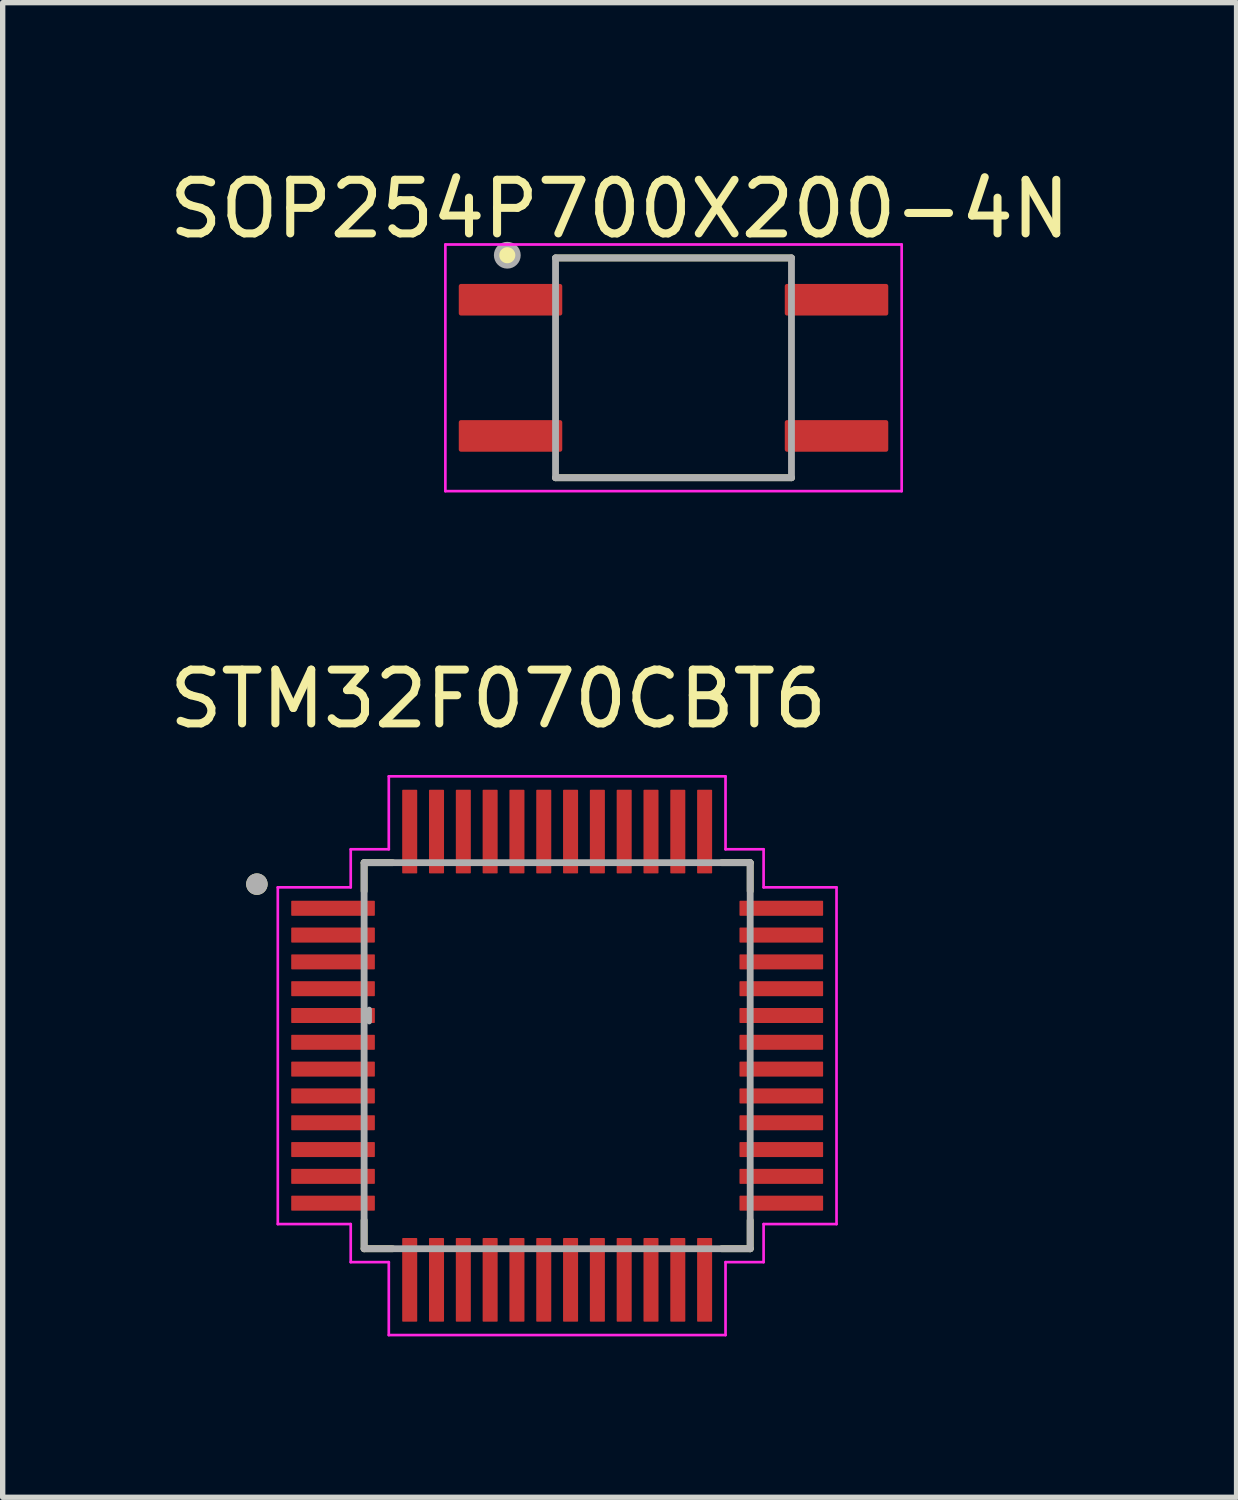
<source format=kicad_pcb>
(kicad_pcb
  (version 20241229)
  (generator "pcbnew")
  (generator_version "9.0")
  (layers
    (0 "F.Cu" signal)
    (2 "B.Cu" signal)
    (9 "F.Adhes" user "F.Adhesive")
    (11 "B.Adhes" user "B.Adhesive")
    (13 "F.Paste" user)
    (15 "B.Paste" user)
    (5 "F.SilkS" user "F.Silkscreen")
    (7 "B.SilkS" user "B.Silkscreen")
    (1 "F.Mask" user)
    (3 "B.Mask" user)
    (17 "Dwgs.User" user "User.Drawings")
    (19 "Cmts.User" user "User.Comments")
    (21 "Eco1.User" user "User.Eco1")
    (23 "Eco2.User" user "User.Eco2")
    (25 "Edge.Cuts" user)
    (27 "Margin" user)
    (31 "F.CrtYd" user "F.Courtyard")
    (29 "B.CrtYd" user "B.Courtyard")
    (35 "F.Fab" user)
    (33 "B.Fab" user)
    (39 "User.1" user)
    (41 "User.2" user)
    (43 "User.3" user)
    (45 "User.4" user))
  (footprint "SOP254P700X200-4N"
    (layer "F.Cu")
    (at 9.511 3.81)
    (property "Reference" "SOP254P700X200-4N" (at -1.005 -2.962 0) (layer "F.SilkS") (effects (font (size 1 1) (thickness 0.15))))
    (attr smd)
    (fp_line (start -2.2 -2.05) (end 2.2 -2.05) (stroke (width 0.127) (type solid)) (layer "F.SilkS"))
    (fp_line (start -2.2 2.05) (end 2.2 2.05) (stroke (width 0.127) (type solid)) (layer "F.SilkS"))
    (fp_circle (center -3.1 -2.1) (end -2.9 -2.1) (stroke (width 0) (type solid)) (fill yes) (layer "F.SilkS"))
    (fp_line (start -4.255 -2.3) (end -4.255 2.3) (stroke (width 0.05) (type solid)) (layer "F.CrtYd"))
    (fp_line (start -4.255 -2.3) (end 4.255 -2.3) (stroke (width 0.05) (type solid)) (layer "F.CrtYd"))
    (fp_line (start -4.255 2.3) (end 4.255 2.3) (stroke (width 0.05) (type solid)) (layer "F.CrtYd"))
    (fp_line (start 4.255 -2.3) (end 4.255 2.3) (stroke (width 0.05) (type solid)) (layer "F.CrtYd"))
    (fp_line (start -2.2 -2.05) (end -2.2 2.05) (stroke (width 0.127) (type solid)) (layer "F.Fab"))
    (fp_line (start -2.2 -2.05) (end 2.2 -2.05) (stroke (width 0.127) (type solid)) (layer "F.Fab"))
    (fp_line (start -2.2 2.05) (end 2.2 2.05) (stroke (width 0.127) (type solid)) (layer "F.Fab"))
    (fp_line (start 2.2 -2.05) (end 2.2 2.05) (stroke (width 0.127) (type solid)) (layer "F.Fab"))
    (fp_circle (center -3.1 -2.1) (end -2.9 -2.1) (stroke (width 0.1) (type solid)) (fill no) (layer "F.Fab"))
    (pad "1" smd roundrect (at -3.04 -1.27) (size 1.93 0.59) (layers "F.Cu" "F.Mask" "F.Paste") (roundrect_rratio 0.07))
    (pad "2" smd roundrect (at -3.04 1.27) (size 1.93 0.59) (layers "F.Cu" "F.Mask" "F.Paste") (roundrect_rratio 0.07))
    (pad "3" smd roundrect (at 3.04 1.27) (size 1.93 0.59) (layers "F.Cu" "F.Mask" "F.Paste") (roundrect_rratio 0.07))
    (pad "4" smd roundrect (at 3.04 -1.27) (size 1.93 0.59) (layers "F.Cu" "F.Mask" "F.Paste") (roundrect_rratio 0.07)))
  (footprint "STM32F070CBT6"
    (layer "F.Cu")
    (at 7.341 16.639)
    (property "Reference" "STM32F070CBT6" (at -1.1 -6.654 0) (layer "F.SilkS") (effects (font (size 1.003 1.003) (thickness 0.15))))
    (attr smd)
    (fp_line (start -3.6 -3.6) (end -3.6 -3.07) (stroke (width 0.127) (type solid)) (layer "F.SilkS"))
    (fp_line (start -3.6 3.07) (end -3.6 3.6) (stroke (width 0.127) (type solid)) (layer "F.SilkS"))
    (fp_line (start -3.6 3.6) (end -3.07 3.6) (stroke (width 0.127) (type solid)) (layer "F.SilkS"))
    (fp_line (start -3.07 -3.6) (end -3.6 -3.6) (stroke (width 0.127) (type solid)) (layer "F.SilkS"))
    (fp_line (start 3.07 3.6) (end 3.6 3.6) (stroke (width 0.127) (type solid)) (layer "F.SilkS"))
    (fp_line (start 3.6 -3.6) (end 3.07 -3.6) (stroke (width 0.127) (type solid)) (layer "F.SilkS"))
    (fp_line (start 3.6 -3.07) (end 3.6 -3.6) (stroke (width 0.127) (type solid)) (layer "F.SilkS"))
    (fp_line (start 3.6 3.6) (end 3.6 3.07) (stroke (width 0.127) (type solid)) (layer "F.SilkS"))
    (fp_circle (center -5.6 -3.2) (end -5.5 -3.2) (stroke (width 0.2) (type solid)) (fill no) (layer "F.SilkS"))
    (fp_line (start -5.21 -3.14) (end -5.21 3.14) (stroke (width 0.05) (type solid)) (layer "F.CrtYd"))
    (fp_line (start -5.21 3.14) (end -3.85 3.14) (stroke (width 0.05) (type solid)) (layer "F.CrtYd"))
    (fp_line (start -3.85 -3.85) (end -3.85 -3.14) (stroke (width 0.05) (type solid)) (layer "F.CrtYd"))
    (fp_line (start -3.85 -3.14) (end -5.21 -3.14) (stroke (width 0.05) (type solid)) (layer "F.CrtYd"))
    (fp_line (start -3.85 3.14) (end -3.85 3.85) (stroke (width 0.05) (type solid)) (layer "F.CrtYd"))
    (fp_line (start -3.85 3.85) (end -3.14 3.85) (stroke (width 0.05) (type solid)) (layer "F.CrtYd"))
    (fp_line (start -3.14 -5.21) (end -3.14 -3.85) (stroke (width 0.05) (type solid)) (layer "F.CrtYd"))
    (fp_line (start -3.14 -3.85) (end -3.85 -3.85) (stroke (width 0.05) (type solid)) (layer "F.CrtYd"))
    (fp_line (start -3.14 3.85) (end -3.14 5.21) (stroke (width 0.05) (type solid)) (layer "F.CrtYd"))
    (fp_line (start -3.14 5.21) (end 3.14 5.21) (stroke (width 0.05) (type solid)) (layer "F.CrtYd"))
    (fp_line (start 3.14 -5.21) (end -3.14 -5.21) (stroke (width 0.05) (type solid)) (layer "F.CrtYd"))
    (fp_line (start 3.14 -3.85) (end 3.14 -5.21) (stroke (width 0.05) (type solid)) (layer "F.CrtYd"))
    (fp_line (start 3.14 3.85) (end 3.85 3.85) (stroke (width 0.05) (type solid)) (layer "F.CrtYd"))
    (fp_line (start 3.14 5.21) (end 3.14 3.85) (stroke (width 0.05) (type solid)) (layer "F.CrtYd"))
    (fp_line (start 3.85 -3.85) (end 3.14 -3.85) (stroke (width 0.05) (type solid)) (layer "F.CrtYd"))
    (fp_line (start 3.85 -3.14) (end 3.85 -3.85) (stroke (width 0.05) (type solid)) (layer "F.CrtYd"))
    (fp_line (start 3.85 3.14) (end 5.21 3.14) (stroke (width 0.05) (type solid)) (layer "F.CrtYd"))
    (fp_line (start 3.85 3.85) (end 3.85 3.14) (stroke (width 0.05) (type solid)) (layer "F.CrtYd"))
    (fp_line (start 5.21 -3.14) (end 3.85 -3.14) (stroke (width 0.05) (type solid)) (layer "F.CrtYd"))
    (fp_line (start 5.21 3.14) (end 5.21 -3.14) (stroke (width 0.05) (type solid)) (layer "F.CrtYd"))
    (fp_line (start -3.6 -3.6) (end -3.6 3.6) (stroke (width 0.127) (type solid)) (layer "F.Fab"))
    (fp_line (start -3.6 3.6) (end 3.6 3.6) (stroke (width 0.127) (type solid)) (layer "F.Fab"))
    (fp_line (start -3.505 -0.635) (end -3.505 -0.864) (stroke (width 0.1) (type solid)) (layer "F.Fab"))
    (fp_line (start 3.6 -3.6) (end -3.6 -3.6) (stroke (width 0.127) (type solid)) (layer "F.Fab"))
    (fp_line (start 3.6 3.6) (end 3.6 -3.6) (stroke (width 0.127) (type solid)) (layer "F.Fab"))
    (fp_circle (center -5.6 -3.2) (end -5.5 -3.2) (stroke (width 0.2) (type solid)) (fill no) (layer "F.Fab"))
    (pad "1" smd roundrect (at -4.18 -2.75 270) (size 0.28 1.56) (layers "F.Cu" "F.Mask" "F.Paste") (roundrect_rratio 0.05))
    (pad "2" smd roundrect (at -4.18 -2.25 270) (size 0.28 1.56) (layers "F.Cu" "F.Mask" "F.Paste") (roundrect_rratio 0.05))
    (pad "3" smd roundrect (at -4.18 -1.75 270) (size 0.28 1.56) (layers "F.Cu" "F.Mask" "F.Paste") (roundrect_rratio 0.05))
    (pad "4" smd roundrect (at -4.18 -1.25 270) (size 0.28 1.56) (layers "F.Cu" "F.Mask" "F.Paste") (roundrect_rratio 0.05))
    (pad "5" smd roundrect (at -4.18 -0.75 270) (size 0.28 1.56) (layers "F.Cu" "F.Mask" "F.Paste") (roundrect_rratio 0.05))
    (pad "6" smd roundrect (at -4.18 -0.25 270) (size 0.28 1.56) (layers "F.Cu" "F.Mask" "F.Paste") (roundrect_rratio 0.05))
    (pad "7" smd roundrect (at -4.18 0.25 270) (size 0.28 1.56) (layers "F.Cu" "F.Mask" "F.Paste") (roundrect_rratio 0.05))
    (pad "8" smd roundrect (at -4.18 0.75 270) (size 0.28 1.56) (layers "F.Cu" "F.Mask" "F.Paste") (roundrect_rratio 0.05))
    (pad "9" smd roundrect (at -4.18 1.25 270) (size 0.28 1.56) (layers "F.Cu" "F.Mask" "F.Paste") (roundrect_rratio 0.05))
    (pad "10" smd roundrect (at -4.18 1.75 270) (size 0.28 1.56) (layers "F.Cu" "F.Mask" "F.Paste") (roundrect_rratio 0.05))
    (pad "11" smd roundrect (at -4.18 2.25 270) (size 0.28 1.56) (layers "F.Cu" "F.Mask" "F.Paste") (roundrect_rratio 0.05))
    (pad "12" smd roundrect (at -4.18 2.75 270) (size 0.28 1.56) (layers "F.Cu" "F.Mask" "F.Paste") (roundrect_rratio 0.05))
    (pad "13" smd roundrect (at -2.75 4.18 180) (size 0.28 1.56) (layers "F.Cu" "F.Mask" "F.Paste") (roundrect_rratio 0.05))
    (pad "14" smd roundrect (at -2.25 4.18 180) (size 0.28 1.56) (layers "F.Cu" "F.Mask" "F.Paste") (roundrect_rratio 0.05))
    (pad "15" smd roundrect (at -1.75 4.18 180) (size 0.28 1.56) (layers "F.Cu" "F.Mask" "F.Paste") (roundrect_rratio 0.05))
    (pad "16" smd roundrect (at -1.25 4.18 180) (size 0.28 1.56) (layers "F.Cu" "F.Mask" "F.Paste") (roundrect_rratio 0.05))
    (pad "17" smd roundrect (at -0.75 4.18 180) (size 0.28 1.56) (layers "F.Cu" "F.Mask" "F.Paste") (roundrect_rratio 0.05))
    (pad "18" smd roundrect (at -0.25 4.18 180) (size 0.28 1.56) (layers "F.Cu" "F.Mask" "F.Paste") (roundrect_rratio 0.05))
    (pad "19" smd roundrect (at 0.25 4.18 180) (size 0.28 1.56) (layers "F.Cu" "F.Mask" "F.Paste") (roundrect_rratio 0.05))
    (pad "20" smd roundrect (at 0.75 4.18 180) (size 0.28 1.56) (layers "F.Cu" "F.Mask" "F.Paste") (roundrect_rratio 0.05))
    (pad "21" smd roundrect (at 1.25 4.18 180) (size 0.28 1.56) (layers "F.Cu" "F.Mask" "F.Paste") (roundrect_rratio 0.05))
    (pad "22" smd roundrect (at 1.75 4.18 180) (size 0.28 1.56) (layers "F.Cu" "F.Mask" "F.Paste") (roundrect_rratio 0.05))
    (pad "23" smd roundrect (at 2.25 4.18 180) (size 0.28 1.56) (layers "F.Cu" "F.Mask" "F.Paste") (roundrect_rratio 0.05))
    (pad "24" smd roundrect (at 2.75 4.18 180) (size 0.28 1.56) (layers "F.Cu" "F.Mask" "F.Paste") (roundrect_rratio 0.05))
    (pad "25" smd roundrect (at 4.18 2.75 270) (size 0.28 1.56) (layers "F.Cu" "F.Mask" "F.Paste") (roundrect_rratio 0.05))
    (pad "26" smd roundrect (at 4.18 2.25 270) (size 0.28 1.56) (layers "F.Cu" "F.Mask" "F.Paste") (roundrect_rratio 0.05))
    (pad "27" smd roundrect (at 4.18 1.75 270) (size 0.28 1.56) (layers "F.Cu" "F.Mask" "F.Paste") (roundrect_rratio 0.05))
    (pad "28" smd roundrect (at 4.18 1.25 270) (size 0.28 1.56) (layers "F.Cu" "F.Mask" "F.Paste") (roundrect_rratio 0.05))
    (pad "29" smd roundrect (at 4.18 0.75 270) (size 0.28 1.56) (layers "F.Cu" "F.Mask" "F.Paste") (roundrect_rratio 0.05))
    (pad "30" smd roundrect (at 4.18 0.25 270) (size 0.28 1.56) (layers "F.Cu" "F.Mask" "F.Paste") (roundrect_rratio 0.05))
    (pad "31" smd roundrect (at 4.18 -0.25 270) (size 0.28 1.56) (layers "F.Cu" "F.Mask" "F.Paste") (roundrect_rratio 0.05))
    (pad "32" smd roundrect (at 4.18 -0.75 270) (size 0.28 1.56) (layers "F.Cu" "F.Mask" "F.Paste") (roundrect_rratio 0.05))
    (pad "33" smd roundrect (at 4.18 -1.25 270) (size 0.28 1.56) (layers "F.Cu" "F.Mask" "F.Paste") (roundrect_rratio 0.05))
    (pad "34" smd roundrect (at 4.18 -1.75 270) (size 0.28 1.56) (layers "F.Cu" "F.Mask" "F.Paste") (roundrect_rratio 0.05))
    (pad "35" smd roundrect (at 4.18 -2.25 270) (size 0.28 1.56) (layers "F.Cu" "F.Mask" "F.Paste") (roundrect_rratio 0.05))
    (pad "36" smd roundrect (at 4.18 -2.75 270) (size 0.28 1.56) (layers "F.Cu" "F.Mask" "F.Paste") (roundrect_rratio 0.05))
    (pad "37" smd roundrect (at 2.75 -4.18 180) (size 0.28 1.56) (layers "F.Cu" "F.Mask" "F.Paste") (roundrect_rratio 0.05))
    (pad "38" smd roundrect (at 2.25 -4.18 180) (size 0.28 1.56) (layers "F.Cu" "F.Mask" "F.Paste") (roundrect_rratio 0.05))
    (pad "39" smd roundrect (at 1.75 -4.18 180) (size 0.28 1.56) (layers "F.Cu" "F.Mask" "F.Paste") (roundrect_rratio 0.05))
    (pad "40" smd roundrect (at 1.25 -4.18 180) (size 0.28 1.56) (layers "F.Cu" "F.Mask" "F.Paste") (roundrect_rratio 0.05))
    (pad "41" smd roundrect (at 0.75 -4.18 180) (size 0.28 1.56) (layers "F.Cu" "F.Mask" "F.Paste") (roundrect_rratio 0.05))
    (pad "42" smd roundrect (at 0.25 -4.18 180) (size 0.28 1.56) (layers "F.Cu" "F.Mask" "F.Paste") (roundrect_rratio 0.05))
    (pad "43" smd roundrect (at -0.25 -4.18 180) (size 0.28 1.56) (layers "F.Cu" "F.Mask" "F.Paste") (roundrect_rratio 0.05))
    (pad "44" smd roundrect (at -0.75 -4.18 180) (size 0.28 1.56) (layers "F.Cu" "F.Mask" "F.Paste") (roundrect_rratio 0.05))
    (pad "45" smd roundrect (at -1.25 -4.18 180) (size 0.28 1.56) (layers "F.Cu" "F.Mask" "F.Paste") (roundrect_rratio 0.05))
    (pad "46" smd roundrect (at -1.75 -4.18 180) (size 0.28 1.56) (layers "F.Cu" "F.Mask" "F.Paste") (roundrect_rratio 0.05))
    (pad "47" smd roundrect (at -2.25 -4.18 180) (size 0.28 1.56) (layers "F.Cu" "F.Mask" "F.Paste") (roundrect_rratio 0.05))
    (pad "48" smd roundrect (at -2.75 -4.18 180) (size 0.28 1.56) (layers "F.Cu" "F.Mask" "F.Paste") (roundrect_rratio 0.05)))
  (gr_rect
    (start -3 -3)
    (end 20.012 24.874)
    (stroke (width 0.1) (type default))
    (fill no)
    (layer "Edge.Cuts")))
</source>
